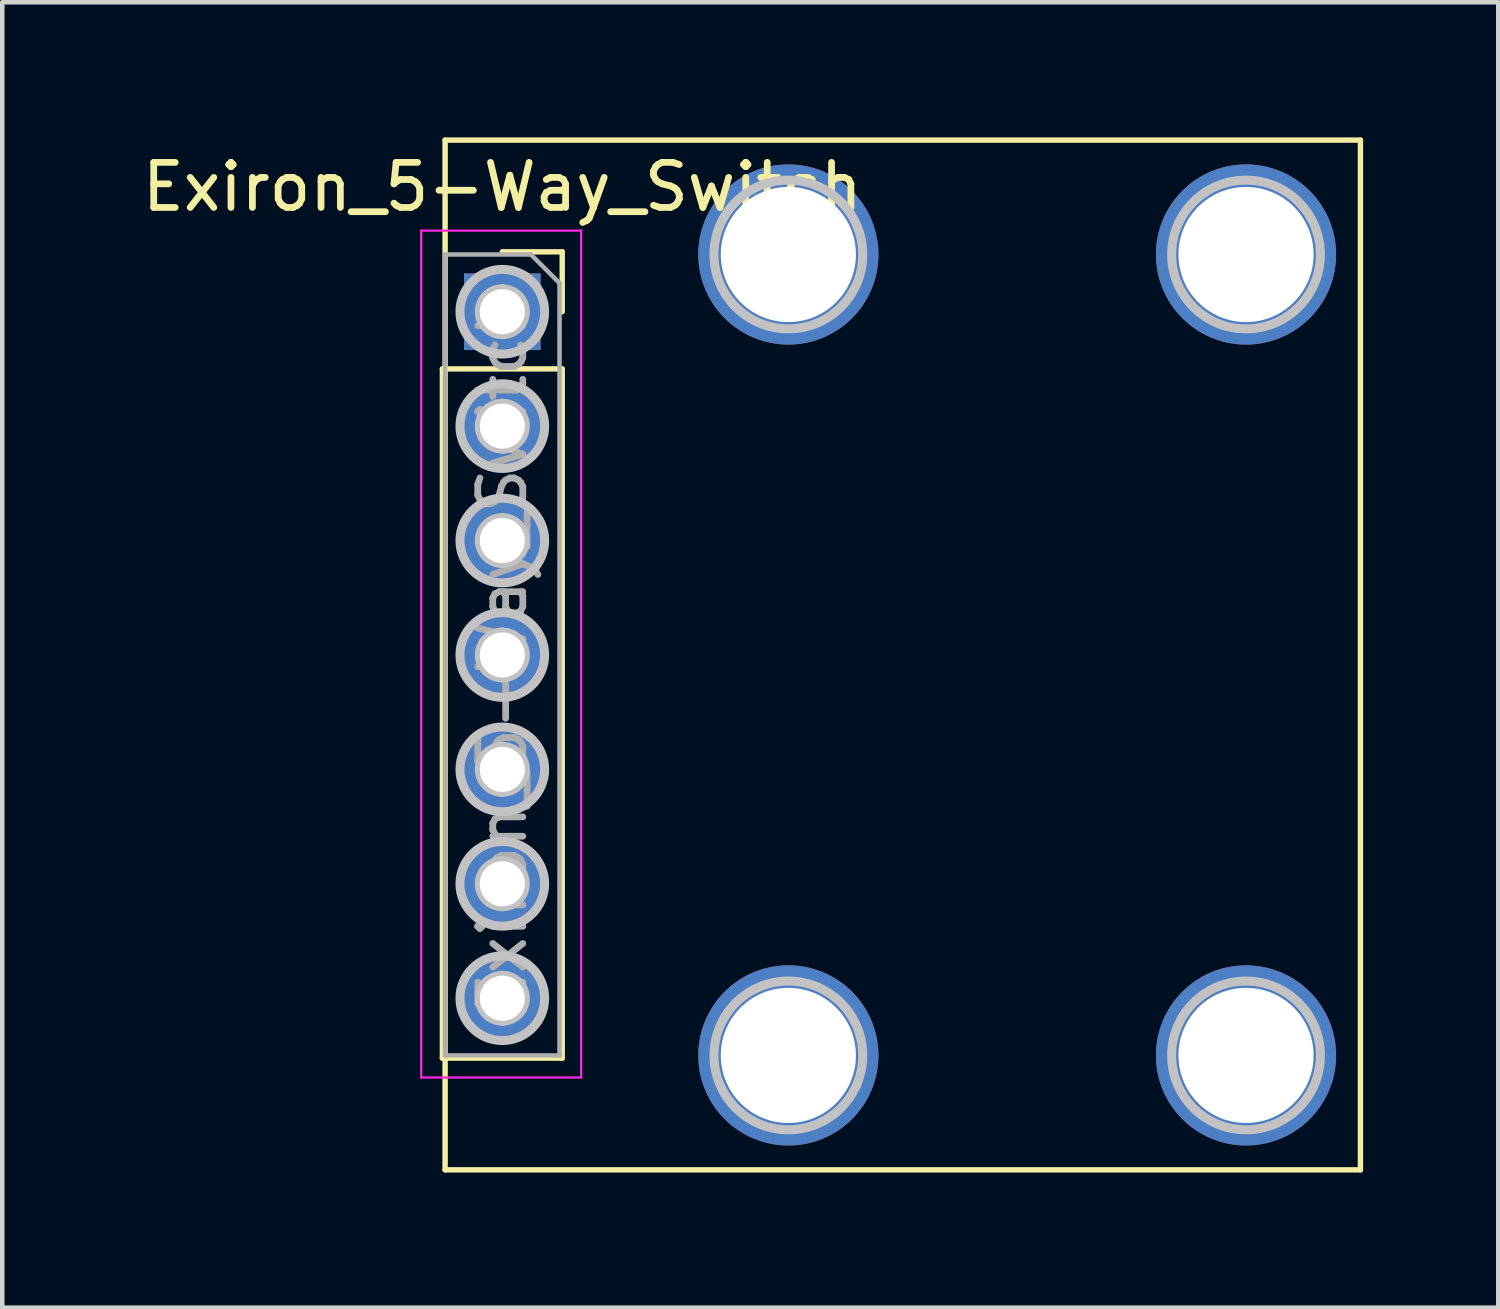
<source format=kicad_pcb>
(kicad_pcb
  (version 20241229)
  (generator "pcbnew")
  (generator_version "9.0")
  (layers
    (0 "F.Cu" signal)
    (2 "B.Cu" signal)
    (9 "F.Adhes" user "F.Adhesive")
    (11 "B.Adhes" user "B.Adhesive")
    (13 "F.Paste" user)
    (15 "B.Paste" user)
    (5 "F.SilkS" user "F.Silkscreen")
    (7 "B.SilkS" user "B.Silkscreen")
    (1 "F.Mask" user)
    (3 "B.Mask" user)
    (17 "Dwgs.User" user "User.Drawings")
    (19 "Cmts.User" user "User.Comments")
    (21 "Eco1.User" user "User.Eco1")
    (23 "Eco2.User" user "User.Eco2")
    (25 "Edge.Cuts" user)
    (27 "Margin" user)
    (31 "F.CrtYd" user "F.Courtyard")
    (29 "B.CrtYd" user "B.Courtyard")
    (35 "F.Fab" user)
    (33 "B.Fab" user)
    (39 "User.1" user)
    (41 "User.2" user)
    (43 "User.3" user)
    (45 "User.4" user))
  (footprint "Exiron_5-Way_Switch"
    (layer "F.Cu")
    (at 16.991 11.49)
    (property "Reference" "Exiron_5-Way_Switch" (at -8.89 -10.39 0) (layer "F.SilkS") (effects (font (size 1 1) (thickness 0.15))))
    (attr through_hole)
    (fp_line (start -10.22 -6.35) (end -10.22 8.95) (stroke (width 0.12) (type solid)) (layer "F.SilkS"))
    (fp_line (start -10.22 -6.35) (end -7.56 -6.35) (stroke (width 0.12) (type solid)) (layer "F.SilkS"))
    (fp_line (start -10.22 8.95) (end -7.56 8.95) (stroke (width 0.12) (type solid)) (layer "F.SilkS"))
    (fp_line (start -10.16 -11.43) (end -10.16 11.43) (stroke (width 0.12) (type solid)) (layer "F.SilkS"))
    (fp_line (start -10.16 11.43) (end 10.16 11.43) (stroke (width 0.12) (type solid)) (layer "F.SilkS"))
    (fp_line (start -8.89 -8.95) (end -7.56 -8.95) (stroke (width 0.12) (type solid)) (layer "F.SilkS"))
    (fp_line (start -7.56 -8.95) (end -7.56 -7.62) (stroke (width 0.12) (type solid)) (layer "F.SilkS"))
    (fp_line (start -7.56 -6.35) (end -7.56 8.95) (stroke (width 0.12) (type solid)) (layer "F.SilkS"))
    (fp_line (start 10.16 -11.43) (end -10.16 -11.43) (stroke (width 0.12) (type solid)) (layer "F.SilkS"))
    (fp_line (start 10.16 11.43) (end 10.16 -11.43) (stroke (width 0.12) (type solid)) (layer "F.SilkS"))
    (fp_line (start -8.887 -8.128) (end -8.887 -8.128) (stroke (width 0.2) (type solid)) (layer "Dwgs.User"))
    (fp_line (start -8.887 -3.048) (end -8.887 -3.048) (stroke (width 0.2) (type solid)) (layer "Dwgs.User"))
    (fp_line (start -8.887 -2.032) (end -8.887 -2.032) (stroke (width 0.2) (type solid)) (layer "Dwgs.User"))
    (fp_line (start -8.887 -0.508) (end -8.887 -0.508) (stroke (width 0.2) (type solid)) (layer "Dwgs.User"))
    (fp_line (start -8.887 0.508) (end -8.887 0.508) (stroke (width 0.2) (type solid)) (layer "Dwgs.User"))
    (fp_line (start -8.887 2.032) (end -8.887 2.032) (stroke (width 0.2) (type solid)) (layer "Dwgs.User"))
    (fp_line (start -8.887 3.048) (end -8.887 3.048) (stroke (width 0.2) (type solid)) (layer "Dwgs.User"))
    (fp_line (start -8.887 -7.112) (end -8.887 -7.112) (stroke (width 0.2) (type solid)) (layer "Dwgs.User"))
    (fp_line (start -8.887 -5.588) (end -8.887 -5.588) (stroke (width 0.2) (type solid)) (layer "Dwgs.User"))
    (fp_line (start -8.887 -4.572) (end -8.887 -4.572) (stroke (width 0.2) (type solid)) (layer "Dwgs.User"))
    (fp_line (start -8.887 4.572) (end -8.887 4.572) (stroke (width 0.2) (type solid)) (layer "Dwgs.User"))
    (fp_line (start -8.887 5.588) (end -8.887 5.588) (stroke (width 0.2) (type solid)) (layer "Dwgs.User"))
    (fp_line (start -8.887 7.112) (end -8.887 7.112) (stroke (width 0.2) (type solid)) (layer "Dwgs.User"))
    (fp_line (start -8.887 8.128) (end -8.887 8.128) (stroke (width 0.2) (type solid)) (layer "Dwgs.User"))
    (fp_arc (start -8.892541 -4.572) (mid -9.400541 -5.08) (end -8.892541 -5.588) (stroke (width 0.2) (type solid)) (layer "Dwgs.User"))
    (fp_arc (start -8.892541 5.587999) (mid -9.400541 5.079999) (end -8.892541 4.571999) (stroke (width 0.2) (type solid)) (layer "Dwgs.User"))
    (fp_arc (start -8.892541 8.128001) (mid -9.400542 7.62) (end -8.892541 7.111999) (stroke (width 0.2) (type solid)) (layer "Dwgs.User"))
    (fp_arc (start -8.89254 -7.112) (mid -9.40054 -7.62) (end -8.89254 -8.128) (stroke (width 0.2) (type solid)) (layer "Dwgs.User"))
    (fp_arc (start -8.89254 -2.032002) (mid -9.400539 -2.540001) (end -8.89254 -3.048) (stroke (width 0.2) (type solid)) (layer "Dwgs.User"))
    (fp_arc (start -8.89254 0.508001) (mid -9.400541 0) (end -8.89254 -0.508001) (stroke (width 0.2) (type solid)) (layer "Dwgs.User"))
    (fp_arc (start -8.89254 3.047998) (mid -9.400539 2.539999) (end -8.89254 2.032) (stroke (width 0.2) (type solid)) (layer "Dwgs.User"))
    (fp_arc (start -8.887461 -8.128) (mid -8.379461 -7.62) (end -8.887461 -7.112) (stroke (width 0.2) (type solid)) (layer "Dwgs.User"))
    (fp_arc (start -8.887461 -3.048002) (mid -8.37946 -2.540001) (end -8.887461 -2.032) (stroke (width 0.2) (type solid)) (layer "Dwgs.User"))
    (fp_arc (start -8.887461 -0.507999) (mid -8.379462 0) (end -8.887461 0.507999) (stroke (width 0.2) (type solid)) (layer "Dwgs.User"))
    (fp_arc (start -8.887461 2.031998) (mid -8.37946 2.539999) (end -8.887461 3.048) (stroke (width 0.2) (type solid)) (layer "Dwgs.User"))
    (fp_arc (start -8.88746 -5.588) (mid -8.37946 -5.08) (end -8.88746 -4.572) (stroke (width 0.2) (type solid)) (layer "Dwgs.User"))
    (fp_arc (start -8.88746 4.571998) (mid -8.379459 5.079999) (end -8.88746 5.588) (stroke (width 0.2) (type solid)) (layer "Dwgs.User"))
    (fp_arc (start -8.88746 7.112) (mid -8.37946 7.62) (end -8.88746 8.128) (stroke (width 0.2) (type solid)) (layer "Dwgs.User"))
    (fp_circle (center -8.89 -7.62) (end -8.89 -6.68) (stroke (width 0.2) (type solid)) (fill no) (layer "Dwgs.User"))
    (fp_circle (center -8.89 -5.08) (end -8.89 -4.14) (stroke (width 0.2) (type solid)) (fill no) (layer "Dwgs.User"))
    (fp_circle (center -8.89 -2.54) (end -8.89 -1.6) (stroke (width 0.2) (type solid)) (fill no) (layer "Dwgs.User"))
    (fp_circle (center -8.89 0) (end -8.89 0.94) (stroke (width 0.2) (type solid)) (fill no) (layer "Dwgs.User"))
    (fp_circle (center -8.89 2.54) (end -8.89 3.48) (stroke (width 0.2) (type solid)) (fill no) (layer "Dwgs.User"))
    (fp_circle (center -8.89 5.08) (end -8.89 6.02) (stroke (width 0.2) (type solid)) (fill no) (layer "Dwgs.User"))
    (fp_circle (center -8.89 7.62) (end -8.89 8.56) (stroke (width 0.2) (type solid)) (fill no) (layer "Dwgs.User"))
    (fp_circle (center -2.54 -8.89) (end -2.54 -7.239) (stroke (width 0.2) (type solid)) (fill no) (layer "Dwgs.User"))
    (fp_circle (center -2.54 8.89) (end -2.54 10.541) (stroke (width 0.2) (type solid)) (fill no) (layer "Dwgs.User"))
    (fp_circle (center 7.62 -8.89) (end 7.62 -7.239) (stroke (width 0.2) (type solid)) (fill no) (layer "Dwgs.User"))
    (fp_circle (center 7.62 8.89) (end 7.62 10.541) (stroke (width 0.2) (type solid)) (fill no) (layer "Dwgs.User"))
    (fp_line (start -10.69 -9.42) (end -7.14 -9.42) (stroke (width 0.05) (type solid)) (layer "F.CrtYd"))
    (fp_line (start -10.69 9.38) (end -10.69 -9.42) (stroke (width 0.05) (type solid)) (layer "F.CrtYd"))
    (fp_line (start -7.14 -9.42) (end -7.14 9.38) (stroke (width 0.05) (type solid)) (layer "F.CrtYd"))
    (fp_line (start -7.14 9.38) (end -10.69 9.38) (stroke (width 0.05) (type solid)) (layer "F.CrtYd"))
    (fp_line (start -10.16 -8.89) (end -8.255 -8.89) (stroke (width 0.1) (type solid)) (layer "F.Fab"))
    (fp_line (start -10.16 8.89) (end -10.16 -8.89) (stroke (width 0.1) (type solid)) (layer "F.Fab"))
    (fp_line (start -8.255 -8.89) (end -7.62 -8.255) (stroke (width 0.1) (type solid)) (layer "F.Fab"))
    (fp_line (start -7.62 -8.255) (end -7.62 8.89) (stroke (width 0.1) (type solid)) (layer "F.Fab"))
    (fp_line (start -7.62 8.89) (end -10.16 8.89) (stroke (width 0.1) (type solid)) (layer "F.Fab"))
    (fp_text user "${REFERENCE}" (at -8.89 0 90) (layer "F.Fab") (effects (font (size 1 1) (thickness 0.15))))
    (pad "1" thru_hole rect (at -8.89 -7.62) (size 1.7 1.7) (drill 1) (layers "*.Cu" "*.Mask"))
    (pad "2" thru_hole oval (at -8.89 -5.08) (size 1.7 1.7) (drill 1) (layers "*.Cu" "*.Mask"))
    (pad "3" thru_hole oval (at -8.89 -2.54) (size 1.7 1.7) (drill 1) (layers "*.Cu" "*.Mask"))
    (pad "4" thru_hole oval (at -8.89 0) (size 1.7 1.7) (drill 1) (layers "*.Cu" "*.Mask"))
    (pad "5" thru_hole oval (at -8.89 2.54) (size 1.7 1.7) (drill 1) (layers "*.Cu" "*.Mask"))
    (pad "6" thru_hole oval (at -8.89 5.08) (size 1.7 1.7) (drill 1) (layers "*.Cu" "*.Mask"))
    (pad "7" thru_hole oval (at -8.89 7.62) (size 1.7 1.7) (drill 1) (layers "*.Cu" "*.Mask"))
    (pad "8" thru_hole circle (at -2.54 -8.89) (size 4 4) (drill 3) (layers "*.Cu" "*.Mask"))
    (pad "9" thru_hole circle (at 7.62 -8.89) (size 4 4) (drill 3) (layers "*.Cu" "*.Mask"))
    (pad "10" thru_hole circle (at 7.62 8.89) (size 4 4) (drill 3) (layers "*.Cu" "*.Mask"))
    (pad "11" thru_hole circle (at -2.54 8.89) (size 4 4) (drill 3) (layers "*.Cu" "*.Mask")))
  (gr_rect
    (start -3 -3)
    (end 30.211 25.98)
    (stroke (width 0.1) (type default))
    (fill no)
    (layer "Edge.Cuts")))
</source>
